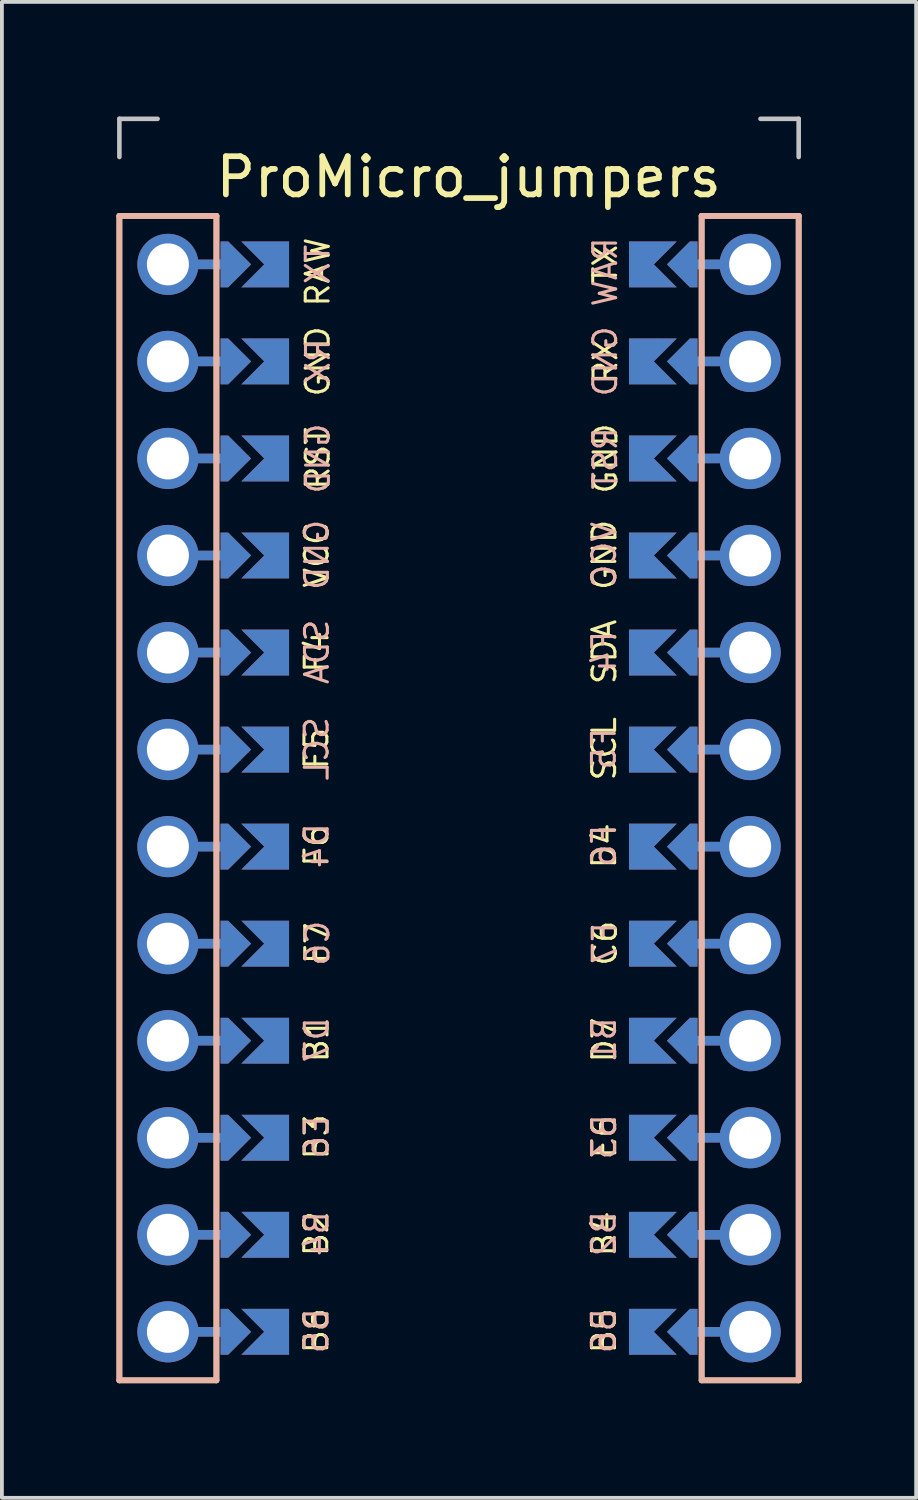
<source format=kicad_pcb>
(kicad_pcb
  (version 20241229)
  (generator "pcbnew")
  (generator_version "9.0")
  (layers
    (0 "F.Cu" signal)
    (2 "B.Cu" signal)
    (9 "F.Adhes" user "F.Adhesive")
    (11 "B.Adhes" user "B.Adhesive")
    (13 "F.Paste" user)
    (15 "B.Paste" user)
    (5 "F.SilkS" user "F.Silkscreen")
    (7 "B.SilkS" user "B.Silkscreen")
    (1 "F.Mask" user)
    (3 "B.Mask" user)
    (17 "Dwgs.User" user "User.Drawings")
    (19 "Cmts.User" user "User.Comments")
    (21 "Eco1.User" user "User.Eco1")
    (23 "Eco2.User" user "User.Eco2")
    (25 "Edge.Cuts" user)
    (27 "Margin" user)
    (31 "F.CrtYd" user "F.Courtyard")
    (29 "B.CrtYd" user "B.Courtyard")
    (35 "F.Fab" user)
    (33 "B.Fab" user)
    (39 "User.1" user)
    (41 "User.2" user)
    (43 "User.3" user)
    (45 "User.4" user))
  (footprint "ProMicro_jumpers"
    (layer "F.Cu")
    (at 8.965 17.84)
    (property "Reference" "ProMicro_jumpers" (at 0.254 -16.256 0) (layer "F.SilkS") (effects (font (size 1 1) (thickness 0.15))))
    (fp_poly (pts (xy -5.08 -14.478) (xy -5.08 -13.462) (xy -6.096 -13.462) (xy -6.096 -14.478)) (stroke (width 0.1) (type solid)) (fill yes) (layer "F.Mask"))
    (fp_poly (pts (xy -5.08 -11.938) (xy -5.08 -10.922) (xy -6.096 -10.922) (xy -6.096 -11.938)) (stroke (width 0.1) (type solid)) (fill yes) (layer "F.Mask"))
    (fp_poly (pts (xy -5.08 -9.398) (xy -5.08 -8.382) (xy -6.096 -8.382) (xy -6.096 -9.398)) (stroke (width 0.1) (type solid)) (fill yes) (layer "F.Mask"))
    (fp_poly (pts (xy -5.08 -6.858) (xy -5.08 -5.842) (xy -6.096 -5.842) (xy -6.096 -6.858)) (stroke (width 0.1) (type solid)) (fill yes) (layer "F.Mask"))
    (fp_poly (pts (xy -5.08 -4.318) (xy -5.08 -3.302) (xy -6.096 -3.302) (xy -6.096 -4.318)) (stroke (width 0.1) (type solid)) (fill yes) (layer "F.Mask"))
    (fp_poly (pts (xy -5.08 -1.778) (xy -5.08 -0.762) (xy -6.096 -0.762) (xy -6.096 -1.778)) (stroke (width 0.1) (type solid)) (fill yes) (layer "F.Mask"))
    (fp_poly (pts (xy -5.08 0.762) (xy -5.08 1.778) (xy -6.096 1.778) (xy -6.096 0.762)) (stroke (width 0.1) (type solid)) (fill yes) (layer "F.Mask"))
    (fp_poly (pts (xy -5.08 3.302) (xy -5.08 4.318) (xy -6.096 4.318) (xy -6.096 3.302)) (stroke (width 0.1) (type solid)) (fill yes) (layer "F.Mask"))
    (fp_poly (pts (xy -5.08 5.842) (xy -5.08 6.858) (xy -6.096 6.858) (xy -6.096 5.842)) (stroke (width 0.1) (type solid)) (fill yes) (layer "F.Mask"))
    (fp_poly (pts (xy -5.08 8.382) (xy -5.08 9.398) (xy -6.096 9.398) (xy -6.096 8.382)) (stroke (width 0.1) (type solid)) (fill yes) (layer "F.Mask"))
    (fp_poly (pts (xy -5.08 10.922) (xy -5.08 11.938) (xy -6.096 11.938) (xy -6.096 10.922)) (stroke (width 0.1) (type solid)) (fill yes) (layer "F.Mask"))
    (fp_poly (pts (xy -5.08 13.462) (xy -5.08 14.478) (xy -6.096 14.478) (xy -6.096 13.462)) (stroke (width 0.1) (type solid)) (fill yes) (layer "F.Mask"))
    (fp_poly (pts (xy 5.08 -13.462) (xy 5.08 -14.478) (xy 6.096 -14.478) (xy 6.096 -13.462)) (stroke (width 0.1) (type solid)) (fill yes) (layer "F.Mask"))
    (fp_poly (pts (xy 5.08 -10.922) (xy 5.08 -11.938) (xy 6.096 -11.938) (xy 6.096 -10.922)) (stroke (width 0.1) (type solid)) (fill yes) (layer "F.Mask"))
    (fp_poly (pts (xy 5.08 -8.382) (xy 5.08 -9.398) (xy 6.096 -9.398) (xy 6.096 -8.382)) (stroke (width 0.1) (type solid)) (fill yes) (layer "F.Mask"))
    (fp_poly (pts (xy 5.08 -5.842) (xy 5.08 -6.858) (xy 6.096 -6.858) (xy 6.096 -5.842)) (stroke (width 0.1) (type solid)) (fill yes) (layer "F.Mask"))
    (fp_poly (pts (xy 5.08 -3.302) (xy 5.08 -4.318) (xy 6.096 -4.318) (xy 6.096 -3.302)) (stroke (width 0.1) (type solid)) (fill yes) (layer "F.Mask"))
    (fp_poly (pts (xy 5.08 -0.762) (xy 5.08 -1.778) (xy 6.096 -1.778) (xy 6.096 -0.762)) (stroke (width 0.1) (type solid)) (fill yes) (layer "F.Mask"))
    (fp_poly (pts (xy 5.08 1.778) (xy 5.08 0.762) (xy 6.096 0.762) (xy 6.096 1.778)) (stroke (width 0.1) (type solid)) (fill yes) (layer "F.Mask"))
    (fp_poly (pts (xy 5.08 4.318) (xy 5.08 3.302) (xy 6.096 3.302) (xy 6.096 4.318)) (stroke (width 0.1) (type solid)) (fill yes) (layer "F.Mask"))
    (fp_poly (pts (xy 5.08 6.858) (xy 5.08 5.842) (xy 6.096 5.842) (xy 6.096 6.858)) (stroke (width 0.1) (type solid)) (fill yes) (layer "F.Mask"))
    (fp_poly (pts (xy 5.08 9.398) (xy 5.08 8.382) (xy 6.096 8.382) (xy 6.096 9.398)) (stroke (width 0.1) (type solid)) (fill yes) (layer "F.Mask"))
    (fp_poly (pts (xy 5.08 11.938) (xy 5.08 10.922) (xy 6.096 10.922) (xy 6.096 11.938)) (stroke (width 0.1) (type solid)) (fill yes) (layer "F.Mask"))
    (fp_poly (pts (xy 5.08 14.478) (xy 5.08 13.462) (xy 6.096 13.462) (xy 6.096 14.478)) (stroke (width 0.1) (type solid)) (fill yes) (layer "F.Mask"))
    (fp_poly (pts (xy -5.08 -14.478) (xy -5.08 -13.462) (xy -6.096 -13.462) (xy -6.096 -14.478)) (stroke (width 0.1) (type solid)) (fill yes) (layer "B.Mask"))
    (fp_poly (pts (xy -5.08 -11.938) (xy -5.08 -10.922) (xy -6.096 -10.922) (xy -6.096 -11.938)) (stroke (width 0.1) (type solid)) (fill yes) (layer "B.Mask"))
    (fp_poly (pts (xy -5.08 -9.398) (xy -5.08 -8.382) (xy -6.096 -8.382) (xy -6.096 -9.398)) (stroke (width 0.1) (type solid)) (fill yes) (layer "B.Mask"))
    (fp_poly (pts (xy -5.08 -6.858) (xy -5.08 -5.842) (xy -6.096 -5.842) (xy -6.096 -6.858)) (stroke (width 0.1) (type solid)) (fill yes) (layer "B.Mask"))
    (fp_poly (pts (xy -5.08 -4.318) (xy -5.08 -3.302) (xy -6.096 -3.302) (xy -6.096 -4.318)) (stroke (width 0.1) (type solid)) (fill yes) (layer "B.Mask"))
    (fp_poly (pts (xy -5.08 -1.778) (xy -5.08 -0.762) (xy -6.096 -0.762) (xy -6.096 -1.778)) (stroke (width 0.1) (type solid)) (fill yes) (layer "B.Mask"))
    (fp_poly (pts (xy -5.08 0.762) (xy -5.08 1.778) (xy -6.096 1.778) (xy -6.096 0.762)) (stroke (width 0.1) (type solid)) (fill yes) (layer "B.Mask"))
    (fp_poly (pts (xy -5.08 3.302) (xy -5.08 4.318) (xy -6.096 4.318) (xy -6.096 3.302)) (stroke (width 0.1) (type solid)) (fill yes) (layer "B.Mask"))
    (fp_poly (pts (xy -5.08 5.842) (xy -5.08 6.858) (xy -6.096 6.858) (xy -6.096 5.842)) (stroke (width 0.1) (type solid)) (fill yes) (layer "B.Mask"))
    (fp_poly (pts (xy -5.08 8.382) (xy -5.08 9.398) (xy -6.096 9.398) (xy -6.096 8.382)) (stroke (width 0.1) (type solid)) (fill yes) (layer "B.Mask"))
    (fp_poly (pts (xy -5.08 10.922) (xy -5.08 11.938) (xy -6.096 11.938) (xy -6.096 10.922)) (stroke (width 0.1) (type solid)) (fill yes) (layer "B.Mask"))
    (fp_poly (pts (xy -5.08 13.462) (xy -5.08 14.478) (xy -6.096 14.478) (xy -6.096 13.462)) (stroke (width 0.1) (type solid)) (fill yes) (layer "B.Mask"))
    (fp_poly (pts (xy 5.08 -13.462) (xy 5.08 -14.478) (xy 6.096 -14.478) (xy 6.096 -13.462)) (stroke (width 0.1) (type solid)) (fill yes) (layer "B.Mask"))
    (fp_poly (pts (xy 5.08 -10.922) (xy 5.08 -11.938) (xy 6.096 -11.938) (xy 6.096 -10.922)) (stroke (width 0.1) (type solid)) (fill yes) (layer "B.Mask"))
    (fp_poly (pts (xy 5.08 -8.382) (xy 5.08 -9.398) (xy 6.096 -9.398) (xy 6.096 -8.382)) (stroke (width 0.1) (type solid)) (fill yes) (layer "B.Mask"))
    (fp_poly (pts (xy 5.08 -5.842) (xy 5.08 -6.858) (xy 6.096 -6.858) (xy 6.096 -5.842)) (stroke (width 0.1) (type solid)) (fill yes) (layer "B.Mask"))
    (fp_poly (pts (xy 5.08 -3.302) (xy 5.08 -4.318) (xy 6.096 -4.318) (xy 6.096 -3.302)) (stroke (width 0.1) (type solid)) (fill yes) (layer "B.Mask"))
    (fp_poly (pts (xy 5.08 -0.762) (xy 5.08 -1.778) (xy 6.096 -1.778) (xy 6.096 -0.762)) (stroke (width 0.1) (type solid)) (fill yes) (layer "B.Mask"))
    (fp_poly (pts (xy 5.08 1.778) (xy 5.08 0.762) (xy 6.096 0.762) (xy 6.096 1.778)) (stroke (width 0.1) (type solid)) (fill yes) (layer "B.Mask"))
    (fp_poly (pts (xy 5.08 4.318) (xy 5.08 3.302) (xy 6.096 3.302) (xy 6.096 4.318)) (stroke (width 0.1) (type solid)) (fill yes) (layer "B.Mask"))
    (fp_poly (pts (xy 5.08 6.858) (xy 5.08 5.842) (xy 6.096 5.842) (xy 6.096 6.858)) (stroke (width 0.1) (type solid)) (fill yes) (layer "B.Mask"))
    (fp_poly (pts (xy 5.08 9.398) (xy 5.08 8.382) (xy 6.096 8.382) (xy 6.096 9.398)) (stroke (width 0.1) (type solid)) (fill yes) (layer "B.Mask"))
    (fp_poly (pts (xy 5.08 11.938) (xy 5.08 10.922) (xy 6.096 10.922) (xy 6.096 11.938)) (stroke (width 0.1) (type solid)) (fill yes) (layer "B.Mask"))
    (fp_poly (pts (xy 5.08 14.478) (xy 5.08 13.462) (xy 6.096 13.462) (xy 6.096 14.478)) (stroke (width 0.1) (type solid)) (fill yes) (layer "B.Mask"))
    (fp_line (start -8.89 -15.24) (end -8.89 15.24) (stroke (width 0.15) (type solid)) (layer "F.SilkS"))
    (fp_line (start -8.89 -15.24) (end -6.35 -15.24) (stroke (width 0.15) (type solid)) (layer "F.SilkS"))
    (fp_line (start -6.35 -15.24) (end -6.35 15.24) (stroke (width 0.15) (type solid)) (layer "F.SilkS"))
    (fp_line (start -6.35 15.24) (end -8.89 15.24) (stroke (width 0.15) (type solid)) (layer "F.SilkS"))
    (fp_line (start 6.35 -15.24) (end 6.35 15.24) (stroke (width 0.15) (type solid)) (layer "F.SilkS"))
    (fp_line (start 6.35 -15.24) (end 8.89 -15.24) (stroke (width 0.15) (type solid)) (layer "F.SilkS"))
    (fp_line (start 6.35 15.24) (end 8.89 15.24) (stroke (width 0.15) (type solid)) (layer "F.SilkS"))
    (fp_line (start 8.89 -15.24) (end 8.89 15.24) (stroke (width 0.15) (type solid)) (layer "F.SilkS"))
    (fp_line (start -8.89 -15.24) (end -8.89 15.24) (stroke (width 0.15) (type solid)) (layer "B.SilkS"))
    (fp_line (start -8.89 -15.24) (end -6.35 -15.24) (stroke (width 0.15) (type solid)) (layer "B.SilkS"))
    (fp_line (start -6.35 -15.24) (end -6.35 15.24) (stroke (width 0.15) (type solid)) (layer "B.SilkS"))
    (fp_line (start -6.35 15.24) (end -8.89 15.24) (stroke (width 0.15) (type solid)) (layer "B.SilkS"))
    (fp_line (start 6.35 -15.24) (end 6.35 15.24) (stroke (width 0.15) (type solid)) (layer "B.SilkS"))
    (fp_line (start 6.35 -15.24) (end 8.89 -15.24) (stroke (width 0.15) (type solid)) (layer "B.SilkS"))
    (fp_line (start 6.35 15.24) (end 8.89 15.24) (stroke (width 0.15) (type solid)) (layer "B.SilkS"))
    (fp_line (start 8.89 -15.24) (end 8.89 15.24) (stroke (width 0.15) (type solid)) (layer "B.SilkS"))
    (fp_line (start -8.89 -17.78) (end -8.89 -16.78) (stroke (width 0.12) (type solid)) (layer "Dwgs.User"))
    (fp_line (start -8.89 -17.78) (end -7.89 -17.78) (stroke (width 0.12) (type solid)) (layer "Dwgs.User"))
    (fp_line (start 8.89 -17.78) (end 7.89 -17.78) (stroke (width 0.12) (type solid)) (layer "Dwgs.User"))
    (fp_line (start 8.89 -17.78) (end 8.89 -16.78) (stroke (width 0.12) (type solid)) (layer "Dwgs.User"))
    (fp_text user "GND" (at -3.699 -11.43 90) (layer "F.SilkS") (effects (font (size 0.6 0.6) (thickness 0.08))))
    (fp_text user "E6" (at 3.802 8.869 90) (layer "F.SilkS") (effects (font (size 0.6 0.6) (thickness 0.08))))
    (fp_text user "GND" (at 3.833 -8.888 90) (layer "F.SilkS") (effects (font (size 0.6 0.6) (thickness 0.08))))
    (fp_text user "B1" (at -3.73 6.327 90) (layer "F.SilkS") (effects (font (size 0.6 0.6) (thickness 0.08))))
    (fp_text user "F6" (at -3.733 1.246 90) (layer "F.SilkS") (effects (font (size 0.6 0.6) (thickness 0.08))))
    (fp_text user "RAW" (at -3.699 -13.77 90) (layer "F.SilkS") (effects (font (size 0.6 0.6) (thickness 0.08))))
    (fp_text user "F5" (at -3.733 -1.294 90) (layer "F.SilkS") (effects (font (size 0.6 0.6) (thickness 0.08))))
    (fp_text user "F4" (at -3.726 -3.829 90) (layer "F.SilkS") (effects (font (size 0.6 0.6) (thickness 0.08))))
    (fp_text user "RST" (at -3.699 -8.89 90) (layer "F.SilkS") (effects (font (size 0.6 0.6) (thickness 0.08))))
    (fp_text user "B3" (at -3.73 8.867 90) (layer "F.SilkS") (effects (font (size 0.6 0.6) (thickness 0.08))))
    (fp_text user "RX" (at 3.833 -11.428 90) (layer "F.SilkS") (effects (font (size 0.6 0.6) (thickness 0.08))))
    (fp_text user "D7" (at 3.802 6.329 90) (layer "F.SilkS") (effects (font (size 0.6 0.6) (thickness 0.08))))
    (fp_text user "SCL" (at 3.799 -1.292 90) (layer "F.SilkS") (effects (font (size 0.6 0.6) (thickness 0.08))))
    (fp_text user "TX" (at 3.826 -13.97 90) (layer "F.SilkS") (effects (font (size 0.6 0.6) (thickness 0.08))))
    (fp_text user "GND" (at 3.806 -6.367 90) (layer "F.SilkS") (effects (font (size 0.6 0.6) (thickness 0.08))))
    (fp_text user "B4" (at 3.795 11.404 90) (layer "F.SilkS") (effects (font (size 0.6 0.6) (thickness 0.08))))
    (fp_text user "C6" (at 3.82 3.798 90) (layer "F.SilkS") (effects (font (size 0.6 0.6) (thickness 0.08))))
    (fp_text user "B2" (at -3.737 11.402 90) (layer "F.SilkS") (effects (font (size 0.6 0.6) (thickness 0.08))))
    (fp_text user "SDA" (at 3.806 -3.827 90) (layer "F.SilkS") (effects (font (size 0.6 0.6) (thickness 0.08))))
    (fp_text user "B6" (at -3.737 13.942 90) (layer "F.SilkS") (effects (font (size 0.6 0.6) (thickness 0.08))))
    (fp_text user "VCC" (at -3.726 -6.369 90) (layer "F.SilkS") (effects (font (size 0.6 0.6) (thickness 0.08))))
    (fp_text user "F7" (at -3.712 3.797 90) (layer "F.SilkS") (effects (font (size 0.6 0.6) (thickness 0.08))))
    (fp_text user "B5" (at 3.795 13.944 90) (layer "F.SilkS") (effects (font (size 0.6 0.6) (thickness 0.08))))
    (fp_text user "D4" (at 3.799 1.248 90) (layer "F.SilkS") (effects (font (size 0.6 0.6) (thickness 0.08))))
    (fp_text user "C6" (at -3.705 3.798 90) (layer "B.SilkS") (effects (font (size 0.6 0.6) (thickness 0.08)) (justify mirror)))
    (fp_text user "GND" (at -3.719 -6.367 90) (layer "B.SilkS") (effects (font (size 0.6 0.6) (thickness 0.08)) (justify mirror)))
    (fp_text user "RX" (at -3.692 -11.428 90) (layer "B.SilkS") (effects (font (size 0.6 0.6) (thickness 0.08)) (justify mirror)))
    (fp_text user "B3" (at 3.795 8.867 90) (layer "B.SilkS") (effects (font (size 0.6 0.6) (thickness 0.08)) (justify mirror)))
    (fp_text user "RAW" (at 3.826 -13.77 90) (layer "B.SilkS") (effects (font (size 0.6 0.6) (thickness 0.08)) (justify mirror)))
    (fp_text user "SDA" (at -3.719 -3.827 90) (layer "B.SilkS") (effects (font (size 0.6 0.6) (thickness 0.08)) (justify mirror)))
    (fp_text user "B1" (at 3.795 6.327 90) (layer "B.SilkS") (effects (font (size 0.6 0.6) (thickness 0.08)) (justify mirror)))
    (fp_text user "F7" (at 3.813 3.797 90) (layer "B.SilkS") (effects (font (size 0.6 0.6) (thickness 0.08)) (justify mirror)))
    (fp_text user "B4" (at -3.73 11.404 90) (layer "B.SilkS") (effects (font (size 0.6 0.6) (thickness 0.08)) (justify mirror)))
    (fp_text user "F4" (at 3.799 -3.829 90) (layer "B.SilkS") (effects (font (size 0.6 0.6) (thickness 0.08)) (justify mirror)))
    (fp_text user "VCC" (at 3.799 -6.369 90) (layer "B.SilkS") (effects (font (size 0.6 0.6) (thickness 0.08)) (justify mirror)))
    (fp_text user "D4" (at -3.726 1.248 90) (layer "B.SilkS") (effects (font (size 0.6 0.6) (thickness 0.08)) (justify mirror)))
    (fp_text user "E6" (at -3.723 8.869 90) (layer "B.SilkS") (effects (font (size 0.6 0.6) (thickness 0.08)) (justify mirror)))
    (fp_text user "B2" (at 3.788 11.402 90) (layer "B.SilkS") (effects (font (size 0.6 0.6) (thickness 0.08)) (justify mirror)))
    (fp_text user "B5" (at -3.73 13.944 90) (layer "B.SilkS") (effects (font (size 0.6 0.6) (thickness 0.08)) (justify mirror)))
    (fp_text user "GND" (at -3.692 -8.888 90) (layer "B.SilkS") (effects (font (size 0.6 0.6) (thickness 0.08)) (justify mirror)))
    (fp_text user "GND" (at 3.826 -11.43 90) (layer "B.SilkS") (effects (font (size 0.6 0.6) (thickness 0.08)) (justify mirror)))
    (fp_text user "TX" (at -3.699 -13.97 90) (layer "B.SilkS") (effects (font (size 0.6 0.6) (thickness 0.08)) (justify mirror)))
    (fp_text user "RST" (at 3.826 -8.89 90) (layer "B.SilkS") (effects (font (size 0.6 0.6) (thickness 0.08)) (justify mirror)))
    (fp_text user "B6" (at 3.788 13.942 90) (layer "B.SilkS") (effects (font (size 0.6 0.6) (thickness 0.08)) (justify mirror)))
    (fp_text user "D7" (at -3.723 6.329 90) (layer "B.SilkS") (effects (font (size 0.6 0.6) (thickness 0.08)) (justify mirror)))
    (fp_text user "F5" (at 3.792 -1.294 90) (layer "B.SilkS") (effects (font (size 0.6 0.6) (thickness 0.08)) (justify mirror)))
    (fp_text user "F6" (at 3.792 1.246 90) (layer "B.SilkS") (effects (font (size 0.6 0.6) (thickness 0.08)) (justify mirror)))
    (fp_text user "SCL" (at -3.726 -1.292 90) (layer "B.SilkS") (effects (font (size 0.6 0.6) (thickness 0.08)) (justify mirror)))
    (pad "" thru_hole circle (at -7.62 -13.97 270) (size 1.6 1.6) (drill 1.1) (layers "*.Cu" "*.Mask"))
    (pad "" thru_hole circle (at -7.62 -11.43 270) (size 1.6 1.6) (drill 1.1) (layers "*.Cu" "*.Mask"))
    (pad "" thru_hole circle (at -7.62 -8.89 270) (size 1.6 1.6) (drill 1.1) (layers "*.Cu" "*.Mask"))
    (pad "" thru_hole circle (at -7.62 -6.35 270) (size 1.6 1.6) (drill 1.1) (layers "*.Cu" "*.Mask"))
    (pad "" thru_hole circle (at -7.62 -3.81 270) (size 1.6 1.6) (drill 1.1) (layers "*.Cu" "*.Mask"))
    (pad "" thru_hole circle (at -7.62 -1.27 270) (size 1.6 1.6) (drill 1.1) (layers "*.Cu" "*.Mask"))
    (pad "" thru_hole circle (at -7.62 1.27 270) (size 1.6 1.6) (drill 1.1) (layers "*.Cu" "*.Mask"))
    (pad "" thru_hole circle (at -7.62 3.81 270) (size 1.6 1.6) (drill 1.1) (layers "*.Cu" "*.Mask"))
    (pad "" thru_hole circle (at -7.62 6.35 270) (size 1.6 1.6) (drill 1.1) (layers "*.Cu" "*.Mask"))
    (pad "" thru_hole circle (at -7.62 8.89 270) (size 1.6 1.6) (drill 1.1) (layers "*.Cu" "*.Mask"))
    (pad "" thru_hole circle (at -7.62 11.43 270) (size 1.6 1.6) (drill 1.1) (layers "*.Cu" "*.Mask"))
    (pad "" thru_hole circle (at -7.62 13.97 270) (size 1.6 1.6) (drill 1.1) (layers "*.Cu" "*.Mask"))
    (pad "" smd custom (at -6.35 -13.97 90) (size 0.25 1) (layers "F.Cu") (options (anchor rect)) (primitives))
    (pad "" smd custom (at -6.35 -13.97 90) (size 0.25 1) (layers "B.Cu") (options (anchor rect)) (primitives))
    (pad "" smd custom (at -6.35 -11.43 90) (size 0.25 1) (layers "F.Cu") (options (anchor rect)) (primitives))
    (pad "" smd custom (at -6.35 -11.43 90) (size 0.25 1) (layers "B.Cu") (options (anchor rect)) (primitives))
    (pad "" smd custom (at -6.35 -8.89 90) (size 0.25 1) (layers "F.Cu") (options (anchor rect)) (primitives))
    (pad "" smd custom (at -6.35 -8.89 90) (size 0.25 1) (layers "B.Cu") (options (anchor rect)) (primitives))
    (pad "" smd custom (at -6.35 -6.35 90) (size 0.25 1) (layers "F.Cu") (options (anchor rect)) (primitives))
    (pad "" smd custom (at -6.35 -6.35 90) (size 0.25 1) (layers "B.Cu") (options (anchor rect)) (primitives))
    (pad "" smd custom (at -6.35 -3.81 90) (size 0.25 1) (layers "F.Cu") (options (anchor rect)) (primitives))
    (pad "" smd custom (at -6.35 -3.81 90) (size 0.25 1) (layers "B.Cu") (options (anchor rect)) (primitives))
    (pad "" smd custom (at -6.35 -1.27 90) (size 0.25 1) (layers "F.Cu") (options (anchor rect)) (primitives))
    (pad "" smd custom (at -6.35 -1.27 90) (size 0.25 1) (layers "B.Cu") (options (anchor rect)) (primitives))
    (pad "" smd custom (at -6.35 1.27 90) (size 0.25 1) (layers "F.Cu") (options (anchor rect)) (primitives))
    (pad "" smd custom (at -6.35 1.27 90) (size 0.25 1) (layers "B.Cu") (options (anchor rect)) (primitives))
    (pad "" smd custom (at -6.35 3.81 90) (size 0.25 1) (layers "F.Cu") (options (anchor rect)) (primitives))
    (pad "" smd custom (at -6.35 3.81 90) (size 0.25 1) (layers "B.Cu") (options (anchor rect)) (primitives))
    (pad "" smd custom (at -6.35 6.35 90) (size 0.25 1) (layers "F.Cu") (options (anchor rect)) (primitives))
    (pad "" smd custom (at -6.35 6.35 90) (size 0.25 1) (layers "B.Cu") (options (anchor rect)) (primitives))
    (pad "" smd custom (at -6.35 8.89 90) (size 0.25 1) (layers "F.Cu") (options (anchor rect)) (primitives))
    (pad "" smd custom (at -6.35 8.89 90) (size 0.25 1) (layers "B.Cu") (options (anchor rect)) (primitives))
    (pad "" smd custom (at -6.35 11.43 90) (size 0.25 1) (layers "F.Cu") (options (anchor rect)) (primitives))
    (pad "" smd custom (at -6.35 11.43 90) (size 0.25 1) (layers "B.Cu") (options (anchor rect)) (primitives))
    (pad "" smd custom (at -6.35 13.97 90) (size 0.25 1) (layers "F.Cu") (options (anchor rect)) (primitives))
    (pad "" smd custom (at -6.35 13.97 90) (size 0.25 1) (layers "B.Cu") (options (anchor rect)) (primitives))
    (pad "" smd custom (at -5.842 -13.97 90) (size 0.1 0.1) (layers "F.Cu" "F.Mask") (options (anchor rect)) (primitives (gr_poly (pts (xy 0.6 -0.2) (xy 0 0.4) (xy -0.6 -0.2) (xy -0.6 -0.4) (xy 0.6 -0.4)) (width 0) (fill yes))))
    (pad "" smd custom (at -5.842 -13.97 90) (size 0.1 0.1) (layers "B.Cu" "B.Mask") (options (anchor rect)) (primitives (gr_poly (pts (xy 0.6 -0.2) (xy 0 0.4) (xy -0.6 -0.2) (xy -0.6 -0.4) (xy 0.6 -0.4)) (width 0) (fill yes))))
    (pad "" smd custom (at -5.842 -11.43 90) (size 0.1 0.1) (layers "F.Cu" "F.Mask") (options (anchor rect)) (primitives (gr_poly (pts (xy 0.6 -0.2) (xy 0 0.4) (xy -0.6 -0.2) (xy -0.6 -0.4) (xy 0.6 -0.4)) (width 0) (fill yes))))
    (pad "" smd custom (at -5.842 -11.43 90) (size 0.1 0.1) (layers "B.Cu" "B.Mask") (options (anchor rect)) (primitives (gr_poly (pts (xy 0.6 -0.2) (xy 0 0.4) (xy -0.6 -0.2) (xy -0.6 -0.4) (xy 0.6 -0.4)) (width 0) (fill yes))))
    (pad "" smd custom (at -5.842 -8.89 90) (size 0.1 0.1) (layers "F.Cu" "F.Mask") (options (anchor rect)) (primitives (gr_poly (pts (xy 0.6 -0.2) (xy 0 0.4) (xy -0.6 -0.2) (xy -0.6 -0.4) (xy 0.6 -0.4)) (width 0) (fill yes))))
    (pad "" smd custom (at -5.842 -8.89 90) (size 0.1 0.1) (layers "B.Cu" "B.Mask") (options (anchor rect)) (primitives (gr_poly (pts (xy 0.6 -0.2) (xy 0 0.4) (xy -0.6 -0.2) (xy -0.6 -0.4) (xy 0.6 -0.4)) (width 0) (fill yes))))
    (pad "" smd custom (at -5.842 -6.35 90) (size 0.1 0.1) (layers "F.Cu" "F.Mask") (options (anchor rect)) (primitives (gr_poly (pts (xy 0.6 -0.2) (xy 0 0.4) (xy -0.6 -0.2) (xy -0.6 -0.4) (xy 0.6 -0.4)) (width 0) (fill yes))))
    (pad "" smd custom (at -5.842 -6.35 90) (size 0.1 0.1) (layers "B.Cu" "B.Mask") (options (anchor rect)) (primitives (gr_poly (pts (xy 0.6 -0.2) (xy 0 0.4) (xy -0.6 -0.2) (xy -0.6 -0.4) (xy 0.6 -0.4)) (width 0) (fill yes))))
    (pad "" smd custom (at -5.842 -3.81 90) (size 0.1 0.1) (layers "F.Cu" "F.Mask") (options (anchor rect)) (primitives (gr_poly (pts (xy 0.6 -0.2) (xy 0 0.4) (xy -0.6 -0.2) (xy -0.6 -0.4) (xy 0.6 -0.4)) (width 0) (fill yes))))
    (pad "" smd custom (at -5.842 -3.81 90) (size 0.1 0.1) (layers "B.Cu" "B.Mask") (options (anchor rect)) (primitives (gr_poly (pts (xy 0.6 -0.2) (xy 0 0.4) (xy -0.6 -0.2) (xy -0.6 -0.4) (xy 0.6 -0.4)) (width 0) (fill yes))))
    (pad "" smd custom (at -5.842 -1.27 90) (size 0.1 0.1) (layers "F.Cu" "F.Mask") (options (anchor rect)) (primitives (gr_poly (pts (xy 0.6 -0.2) (xy 0 0.4) (xy -0.6 -0.2) (xy -0.6 -0.4) (xy 0.6 -0.4)) (width 0) (fill yes))))
    (pad "" smd custom (at -5.842 -1.27 90) (size 0.1 0.1) (layers "B.Cu" "B.Mask") (options (anchor rect)) (primitives (gr_poly (pts (xy 0.6 -0.2) (xy 0 0.4) (xy -0.6 -0.2) (xy -0.6 -0.4) (xy 0.6 -0.4)) (width 0) (fill yes))))
    (pad "" smd custom (at -5.842 1.27 90) (size 0.1 0.1) (layers "F.Cu" "F.Mask") (options (anchor rect)) (primitives (gr_poly (pts (xy 0.6 -0.2) (xy 0 0.4) (xy -0.6 -0.2) (xy -0.6 -0.4) (xy 0.6 -0.4)) (width 0) (fill yes))))
    (pad "" smd custom (at -5.842 1.27 90) (size 0.1 0.1) (layers "B.Cu" "B.Mask") (options (anchor rect)) (primitives (gr_poly (pts (xy 0.6 -0.2) (xy 0 0.4) (xy -0.6 -0.2) (xy -0.6 -0.4) (xy 0.6 -0.4)) (width 0) (fill yes))))
    (pad "" smd custom (at -5.842 3.81 90) (size 0.1 0.1) (layers "F.Cu" "F.Mask") (options (anchor rect)) (primitives (gr_poly (pts (xy 0.6 -0.2) (xy 0 0.4) (xy -0.6 -0.2) (xy -0.6 -0.4) (xy 0.6 -0.4)) (width 0) (fill yes))))
    (pad "" smd custom (at -5.842 3.81 90) (size 0.1 0.1) (layers "B.Cu" "B.Mask") (options (anchor rect)) (primitives (gr_poly (pts (xy 0.6 -0.2) (xy 0 0.4) (xy -0.6 -0.2) (xy -0.6 -0.4) (xy 0.6 -0.4)) (width 0) (fill yes))))
    (pad "" smd custom (at -5.842 6.35 90) (size 0.1 0.1) (layers "F.Cu" "F.Mask") (options (anchor rect)) (primitives (gr_poly (pts (xy 0.6 -0.2) (xy 0 0.4) (xy -0.6 -0.2) (xy -0.6 -0.4) (xy 0.6 -0.4)) (width 0) (fill yes))))
    (pad "" smd custom (at -5.842 6.35 90) (size 0.1 0.1) (layers "B.Cu" "B.Mask") (options (anchor rect)) (primitives (gr_poly (pts (xy 0.6 -0.2) (xy 0 0.4) (xy -0.6 -0.2) (xy -0.6 -0.4) (xy 0.6 -0.4)) (width 0) (fill yes))))
    (pad "" smd custom (at -5.842 8.89 90) (size 0.1 0.1) (layers "F.Cu" "F.Mask") (options (anchor rect)) (primitives (gr_poly (pts (xy 0.6 -0.2) (xy 0 0.4) (xy -0.6 -0.2) (xy -0.6 -0.4) (xy 0.6 -0.4)) (width 0) (fill yes))))
    (pad "" smd custom (at -5.842 8.89 90) (size 0.1 0.1) (layers "B.Cu" "B.Mask") (options (anchor rect)) (primitives (gr_poly (pts (xy 0.6 -0.2) (xy 0 0.4) (xy -0.6 -0.2) (xy -0.6 -0.4) (xy 0.6 -0.4)) (width 0) (fill yes))))
    (pad "" smd custom (at -5.842 11.43 90) (size 0.1 0.1) (layers "F.Cu" "F.Mask") (options (anchor rect)) (primitives (gr_poly (pts (xy 0.6 -0.2) (xy 0 0.4) (xy -0.6 -0.2) (xy -0.6 -0.4) (xy 0.6 -0.4)) (width 0) (fill yes))))
    (pad "" smd custom (at -5.842 11.43 90) (size 0.1 0.1) (layers "B.Cu" "B.Mask") (options (anchor rect)) (primitives (gr_poly (pts (xy 0.6 -0.2) (xy 0 0.4) (xy -0.6 -0.2) (xy -0.6 -0.4) (xy 0.6 -0.4)) (width 0) (fill yes))))
    (pad "" smd custom (at -5.842 13.97 90) (size 0.1 0.1) (layers "F.Cu" "F.Mask") (options (anchor rect)) (primitives (gr_poly (pts (xy 0.6 -0.2) (xy 0 0.4) (xy -0.6 -0.2) (xy -0.6 -0.4) (xy 0.6 -0.4)) (width 0) (fill yes))))
    (pad "" smd custom (at -5.842 13.97 90) (size 0.1 0.1) (layers "B.Cu" "B.Mask") (options (anchor rect)) (primitives (gr_poly (pts (xy 0.6 -0.2) (xy 0 0.4) (xy -0.6 -0.2) (xy -0.6 -0.4) (xy 0.6 -0.4)) (width 0) (fill yes))))
    (pad "" smd custom (at 5.842 -13.97 270) (size 0.1 0.1) (layers "F.Cu" "F.Mask") (options (anchor rect)) (primitives (gr_poly (pts (xy 0.6 -0.2) (xy 0 0.4) (xy -0.6 -0.2) (xy -0.6 -0.4) (xy 0.6 -0.4)) (width 0) (fill yes))))
    (pad "" smd custom (at 5.842 -13.97 270) (size 0.1 0.1) (layers "B.Cu" "B.Mask") (options (anchor rect)) (primitives (gr_poly (pts (xy 0.6 -0.2) (xy 0 0.4) (xy -0.6 -0.2) (xy -0.6 -0.4) (xy 0.6 -0.4)) (width 0) (fill yes))))
    (pad "" smd custom (at 5.842 -11.43 270) (size 0.1 0.1) (layers "F.Cu" "F.Mask") (options (anchor rect)) (primitives (gr_poly (pts (xy 0.6 -0.2) (xy 0 0.4) (xy -0.6 -0.2) (xy -0.6 -0.4) (xy 0.6 -0.4)) (width 0) (fill yes))))
    (pad "" smd custom (at 5.842 -11.43 270) (size 0.1 0.1) (layers "B.Cu" "B.Mask") (options (anchor rect)) (primitives (gr_poly (pts (xy 0.6 -0.2) (xy 0 0.4) (xy -0.6 -0.2) (xy -0.6 -0.4) (xy 0.6 -0.4)) (width 0) (fill yes))))
    (pad "" smd custom (at 5.842 -8.89 270) (size 0.1 0.1) (layers "F.Cu" "F.Mask") (options (anchor rect)) (primitives (gr_poly (pts (xy 0.6 -0.2) (xy 0 0.4) (xy -0.6 -0.2) (xy -0.6 -0.4) (xy 0.6 -0.4)) (width 0) (fill yes))))
    (pad "" smd custom (at 5.842 -8.89 270) (size 0.1 0.1) (layers "B.Cu" "B.Mask") (options (anchor rect)) (primitives (gr_poly (pts (xy 0.6 -0.2) (xy 0 0.4) (xy -0.6 -0.2) (xy -0.6 -0.4) (xy 0.6 -0.4)) (width 0) (fill yes))))
    (pad "" smd custom (at 5.842 -6.35 270) (size 0.1 0.1) (layers "F.Cu" "F.Mask") (options (anchor rect)) (primitives (gr_poly (pts (xy 0.6 -0.2) (xy 0 0.4) (xy -0.6 -0.2) (xy -0.6 -0.4) (xy 0.6 -0.4)) (width 0) (fill yes))))
    (pad "" smd custom (at 5.842 -6.35 270) (size 0.1 0.1) (layers "B.Cu" "B.Mask") (options (anchor rect)) (primitives (gr_poly (pts (xy 0.6 -0.2) (xy 0 0.4) (xy -0.6 -0.2) (xy -0.6 -0.4) (xy 0.6 -0.4)) (width 0) (fill yes))))
    (pad "" smd custom (at 5.842 -3.81 270) (size 0.1 0.1) (layers "F.Cu" "F.Mask") (options (anchor rect)) (primitives (gr_poly (pts (xy 0.6 -0.2) (xy 0 0.4) (xy -0.6 -0.2) (xy -0.6 -0.4) (xy 0.6 -0.4)) (width 0) (fill yes))))
    (pad "" smd custom (at 5.842 -3.81 270) (size 0.1 0.1) (layers "B.Cu" "B.Mask") (options (anchor rect)) (primitives (gr_poly (pts (xy 0.6 -0.2) (xy 0 0.4) (xy -0.6 -0.2) (xy -0.6 -0.4) (xy 0.6 -0.4)) (width 0) (fill yes))))
    (pad "" smd custom (at 5.842 -1.27 270) (size 0.1 0.1) (layers "F.Cu" "F.Mask") (options (anchor rect)) (primitives (gr_poly (pts (xy 0.6 -0.2) (xy 0 0.4) (xy -0.6 -0.2) (xy -0.6 -0.4) (xy 0.6 -0.4)) (width 0) (fill yes))))
    (pad "" smd custom (at 5.842 -1.27 270) (size 0.1 0.1) (layers "B.Cu" "B.Mask") (options (anchor rect)) (primitives (gr_poly (pts (xy 0.6 -0.2) (xy 0 0.4) (xy -0.6 -0.2) (xy -0.6 -0.4) (xy 0.6 -0.4)) (width 0) (fill yes))))
    (pad "" smd custom (at 5.842 1.27 270) (size 0.1 0.1) (layers "F.Cu" "F.Mask") (options (anchor rect)) (primitives (gr_poly (pts (xy 0.6 -0.2) (xy 0 0.4) (xy -0.6 -0.2) (xy -0.6 -0.4) (xy 0.6 -0.4)) (width 0) (fill yes))))
    (pad "" smd custom (at 5.842 1.27 270) (size 0.1 0.1) (layers "B.Cu" "B.Mask") (options (anchor rect)) (primitives (gr_poly (pts (xy 0.6 -0.2) (xy 0 0.4) (xy -0.6 -0.2) (xy -0.6 -0.4) (xy 0.6 -0.4)) (width 0) (fill yes))))
    (pad "" smd custom (at 5.842 3.81 270) (size 0.1 0.1) (layers "F.Cu" "F.Mask") (options (anchor rect)) (primitives (gr_poly (pts (xy 0.6 -0.2) (xy 0 0.4) (xy -0.6 -0.2) (xy -0.6 -0.4) (xy 0.6 -0.4)) (width 0) (fill yes))))
    (pad "" smd custom (at 5.842 3.81 270) (size 0.1 0.1) (layers "B.Cu" "B.Mask") (options (anchor rect)) (primitives (gr_poly (pts (xy 0.6 -0.2) (xy 0 0.4) (xy -0.6 -0.2) (xy -0.6 -0.4) (xy 0.6 -0.4)) (width 0) (fill yes))))
    (pad "" smd custom (at 5.842 6.35 270) (size 0.1 0.1) (layers "F.Cu" "F.Mask") (options (anchor rect)) (primitives (gr_poly (pts (xy 0.6 -0.2) (xy 0 0.4) (xy -0.6 -0.2) (xy -0.6 -0.4) (xy 0.6 -0.4)) (width 0) (fill yes))))
    (pad "" smd custom (at 5.842 6.35 270) (size 0.1 0.1) (layers "B.Cu" "B.Mask") (options (anchor rect)) (primitives (gr_poly (pts (xy 0.6 -0.2) (xy 0 0.4) (xy -0.6 -0.2) (xy -0.6 -0.4) (xy 0.6 -0.4)) (width 0) (fill yes))))
    (pad "" smd custom (at 5.842 8.89 270) (size 0.1 0.1) (layers "F.Cu" "F.Mask") (options (anchor rect)) (primitives (gr_poly (pts (xy 0.6 -0.2) (xy 0 0.4) (xy -0.6 -0.2) (xy -0.6 -0.4) (xy 0.6 -0.4)) (width 0) (fill yes))))
    (pad "" smd custom (at 5.842 8.89 270) (size 0.1 0.1) (layers "B.Cu" "B.Mask") (options (anchor rect)) (primitives (gr_poly (pts (xy 0.6 -0.2) (xy 0 0.4) (xy -0.6 -0.2) (xy -0.6 -0.4) (xy 0.6 -0.4)) (width 0) (fill yes))))
    (pad "" smd custom (at 5.842 11.43 270) (size 0.1 0.1) (layers "F.Cu" "F.Mask") (options (anchor rect)) (primitives (gr_poly (pts (xy 0.6 -0.2) (xy 0 0.4) (xy -0.6 -0.2) (xy -0.6 -0.4) (xy 0.6 -0.4)) (width 0) (fill yes))))
    (pad "" smd custom (at 5.842 11.43 270) (size 0.1 0.1) (layers "B.Cu" "B.Mask") (options (anchor rect)) (primitives (gr_poly (pts (xy 0.6 -0.2) (xy 0 0.4) (xy -0.6 -0.2) (xy -0.6 -0.4) (xy 0.6 -0.4)) (width 0) (fill yes))))
    (pad "" smd custom (at 5.842 13.97 270) (size 0.1 0.1) (layers "F.Cu" "F.Mask") (options (anchor rect)) (primitives (gr_poly (pts (xy 0.6 -0.2) (xy 0 0.4) (xy -0.6 -0.2) (xy -0.6 -0.4) (xy 0.6 -0.4)) (width 0) (fill yes))))
    (pad "" smd custom (at 5.842 13.97 270) (size 0.1 0.1) (layers "B.Cu" "B.Mask") (options (anchor rect)) (primitives (gr_poly (pts (xy 0.6 -0.2) (xy 0 0.4) (xy -0.6 -0.2) (xy -0.6 -0.4) (xy 0.6 -0.4)) (width 0) (fill yes))))
    (pad "" smd custom (at 6.35 -13.97 270) (size 0.25 1) (layers "F.Cu") (options (anchor rect)) (primitives))
    (pad "" smd custom (at 6.35 -13.97 270) (size 0.25 1) (layers "B.Cu") (options (anchor rect)) (primitives))
    (pad "" smd custom (at 6.35 -11.43 270) (size 0.25 1) (layers "F.Cu") (options (anchor rect)) (primitives))
    (pad "" smd custom (at 6.35 -11.43 270) (size 0.25 1) (layers "B.Cu") (options (anchor rect)) (primitives))
    (pad "" smd custom (at 6.35 -8.89 270) (size 0.25 1) (layers "F.Cu") (options (anchor rect)) (primitives))
    (pad "" smd custom (at 6.35 -8.89 270) (size 0.25 1) (layers "B.Cu") (options (anchor rect)) (primitives))
    (pad "" smd custom (at 6.35 -6.35 270) (size 0.25 1) (layers "F.Cu") (options (anchor rect)) (primitives))
    (pad "" smd custom (at 6.35 -6.35 270) (size 0.25 1) (layers "B.Cu") (options (anchor rect)) (primitives))
    (pad "" smd custom (at 6.35 -3.81 270) (size 0.25 1) (layers "F.Cu") (options (anchor rect)) (primitives))
    (pad "" smd custom (at 6.35 -3.81 270) (size 0.25 1) (layers "B.Cu") (options (anchor rect)) (primitives))
    (pad "" smd custom (at 6.35 -1.27 270) (size 0.25 1) (layers "F.Cu") (options (anchor rect)) (primitives))
    (pad "" smd custom (at 6.35 -1.27 270) (size 0.25 1) (layers "B.Cu") (options (anchor rect)) (primitives))
    (pad "" smd custom (at 6.35 1.27 270) (size 0.25 1) (layers "F.Cu") (options (anchor rect)) (primitives))
    (pad "" smd custom (at 6.35 1.27 270) (size 0.25 1) (layers "B.Cu") (options (anchor rect)) (primitives))
    (pad "" smd custom (at 6.35 3.81 270) (size 0.25 1) (layers "F.Cu") (options (anchor rect)) (primitives))
    (pad "" smd custom (at 6.35 3.81 270) (size 0.25 1) (layers "B.Cu") (options (anchor rect)) (primitives))
    (pad "" smd custom (at 6.35 6.35 270) (size 0.25 1) (layers "F.Cu") (options (anchor rect)) (primitives))
    (pad "" smd custom (at 6.35 6.35 270) (size 0.25 1) (layers "B.Cu") (options (anchor rect)) (primitives))
    (pad "" smd custom (at 6.35 8.89 270) (size 0.25 1) (layers "F.Cu") (options (anchor rect)) (primitives))
    (pad "" smd custom (at 6.35 8.89 270) (size 0.25 1) (layers "B.Cu") (options (anchor rect)) (primitives))
    (pad "" smd custom (at 6.35 11.43 270) (size 0.25 1) (layers "F.Cu") (options (anchor rect)) (primitives))
    (pad "" smd custom (at 6.35 11.43 270) (size 0.25 1) (layers "B.Cu") (options (anchor rect)) (primitives))
    (pad "" smd custom (at 6.35 13.97 270) (size 0.25 1) (layers "F.Cu") (options (anchor rect)) (primitives))
    (pad "" smd custom (at 6.35 13.97 270) (size 0.25 1) (layers "B.Cu") (options (anchor rect)) (primitives))
    (pad "" thru_hole circle (at 7.62 -13.97 270) (size 1.6 1.6) (drill 1.1) (layers "*.Cu" "*.Mask"))
    (pad "" thru_hole circle (at 7.62 -11.43 270) (size 1.6 1.6) (drill 1.1) (layers "*.Cu" "*.Mask"))
    (pad "" thru_hole circle (at 7.62 -8.89 270) (size 1.6 1.6) (drill 1.1) (layers "*.Cu" "*.Mask"))
    (pad "" thru_hole circle (at 7.62 -6.35 270) (size 1.6 1.6) (drill 1.1) (layers "*.Cu" "*.Mask"))
    (pad "" thru_hole circle (at 7.62 -3.81 270) (size 1.6 1.6) (drill 1.1) (layers "*.Cu" "*.Mask"))
    (pad "" thru_hole circle (at 7.62 -1.27 270) (size 1.6 1.6) (drill 1.1) (layers "*.Cu" "*.Mask"))
    (pad "" thru_hole circle (at 7.62 1.27 270) (size 1.6 1.6) (drill 1.1) (layers "*.Cu" "*.Mask"))
    (pad "" thru_hole circle (at 7.62 3.81 270) (size 1.6 1.6) (drill 1.1) (layers "*.Cu" "*.Mask"))
    (pad "" thru_hole circle (at 7.62 6.35 270) (size 1.6 1.6) (drill 1.1) (layers "*.Cu" "*.Mask"))
    (pad "" thru_hole circle (at 7.62 8.89 270) (size 1.6 1.6) (drill 1.1) (layers "*.Cu" "*.Mask"))
    (pad "" thru_hole circle (at 7.62 11.43 270) (size 1.6 1.6) (drill 1.1) (layers "*.Cu" "*.Mask"))
    (pad "" thru_hole circle (at 7.62 13.97 270) (size 1.6 1.6) (drill 1.1) (layers "*.Cu" "*.Mask"))
    (pad "1" smd custom (at -4.699 -13.97 90) (size 1.2 0.5) (layers "B.Cu" "B.Mask") (options (anchor rect)) (primitives (gr_poly (pts (xy 0.6 0) (xy -0.6 0) (xy -0.6 -1) (xy 0 -0.4) (xy 0.6 -1)) (width 0) (fill yes))))
    (pad "1" smd custom (at 4.699 -13.97 270) (size 1.2 0.5) (layers "F.Cu" "F.Mask") (options (anchor rect)) (primitives (gr_poly (pts (xy 0.6 0) (xy -0.6 0) (xy -0.6 -1) (xy 0 -0.4) (xy 0.6 -1)) (width 0) (fill yes))))
    (pad "2" smd custom (at -4.699 -11.43 90) (size 1.2 0.5) (layers "B.Cu" "B.Mask") (options (anchor rect)) (primitives (gr_poly (pts (xy 0.6 0) (xy -0.6 0) (xy -0.6 -1) (xy 0 -0.4) (xy 0.6 -1)) (width 0) (fill yes))))
    (pad "2" smd custom (at 4.699 -11.43 270) (size 1.2 0.5) (layers "F.Cu" "F.Mask") (options (anchor rect)) (primitives (gr_poly (pts (xy 0.6 0) (xy -0.6 0) (xy -0.6 -1) (xy 0 -0.4) (xy 0.6 -1)) (width 0) (fill yes))))
    (pad "3" smd custom (at -4.699 -8.89 90) (size 1.2 0.5) (layers "B.Cu" "B.Mask") (options (anchor rect)) (primitives (gr_poly (pts (xy 0.6 0) (xy -0.6 0) (xy -0.6 -1) (xy 0 -0.4) (xy 0.6 -1)) (width 0) (fill yes))))
    (pad "3" smd custom (at 4.699 -8.89 270) (size 1.2 0.5) (layers "F.Cu" "F.Mask") (options (anchor rect)) (primitives (gr_poly (pts (xy 0.6 0) (xy -0.6 0) (xy -0.6 -1) (xy 0 -0.4) (xy 0.6 -1)) (width 0) (fill yes))))
    (pad "4" smd custom (at -4.699 -6.35 90) (size 1.2 0.5) (layers "B.Cu" "B.Mask") (options (anchor rect)) (primitives (gr_poly (pts (xy 0.6 0) (xy -0.6 0) (xy -0.6 -1) (xy 0 -0.4) (xy 0.6 -1)) (width 0) (fill yes))))
    (pad "4" smd custom (at 4.699 -6.35 270) (size 1.2 0.5) (layers "F.Cu" "F.Mask") (options (anchor rect)) (primitives (gr_poly (pts (xy 0.6 0) (xy -0.6 0) (xy -0.6 -1) (xy 0 -0.4) (xy 0.6 -1)) (width 0) (fill yes))))
    (pad "5" smd custom (at -4.699 -3.81 90) (size 1.2 0.5) (layers "B.Cu" "B.Mask") (options (anchor rect)) (primitives (gr_poly (pts (xy 0.6 0) (xy -0.6 0) (xy -0.6 -1) (xy 0 -0.4) (xy 0.6 -1)) (width 0) (fill yes))))
    (pad "5" smd custom (at 4.699 -3.81 270) (size 1.2 0.5) (layers "F.Cu" "F.Mask") (options (anchor rect)) (primitives (gr_poly (pts (xy 0.6 0) (xy -0.6 0) (xy -0.6 -1) (xy 0 -0.4) (xy 0.6 -1)) (width 0) (fill yes))))
    (pad "6" smd custom (at -4.699 -1.27 90) (size 1.2 0.5) (layers "B.Cu" "B.Mask") (options (anchor rect)) (primitives (gr_poly (pts (xy 0.6 0) (xy -0.6 0) (xy -0.6 -1) (xy 0 -0.4) (xy 0.6 -1)) (width 0) (fill yes))))
    (pad "6" smd custom (at 4.699 -1.27 270) (size 1.2 0.5) (layers "F.Cu" "F.Mask") (options (anchor rect)) (primitives (gr_poly (pts (xy 0.6 0) (xy -0.6 0) (xy -0.6 -1) (xy 0 -0.4) (xy 0.6 -1)) (width 0) (fill yes))))
    (pad "7" smd custom (at -4.699 1.27 90) (size 1.2 0.5) (layers "B.Cu" "B.Mask") (options (anchor rect)) (primitives (gr_poly (pts (xy 0.6 0) (xy -0.6 0) (xy -0.6 -1) (xy 0 -0.4) (xy 0.6 -1)) (width 0) (fill yes))))
    (pad "7" smd custom (at 4.699 1.27 270) (size 1.2 0.5) (layers "F.Cu" "F.Mask") (options (anchor rect)) (primitives (gr_poly (pts (xy 0.6 0) (xy -0.6 0) (xy -0.6 -1) (xy 0 -0.4) (xy 0.6 -1)) (width 0) (fill yes))))
    (pad "8" smd custom (at -4.699 3.81 90) (size 1.2 0.5) (layers "B.Cu" "B.Mask") (options (anchor rect)) (primitives (gr_poly (pts (xy 0.6 0) (xy -0.6 0) (xy -0.6 -1) (xy 0 -0.4) (xy 0.6 -1)) (width 0) (fill yes))))
    (pad "8" smd custom (at 4.699 3.81 270) (size 1.2 0.5) (layers "F.Cu" "F.Mask") (options (anchor rect)) (primitives (gr_poly (pts (xy 0.6 0) (xy -0.6 0) (xy -0.6 -1) (xy 0 -0.4) (xy 0.6 -1)) (width 0) (fill yes))))
    (pad "9" smd custom (at -4.699 6.35 90) (size 1.2 0.5) (layers "B.Cu" "B.Mask") (options (anchor rect)) (primitives (gr_poly (pts (xy 0.6 0) (xy -0.6 0) (xy -0.6 -1) (xy 0 -0.4) (xy 0.6 -1)) (width 0) (fill yes))))
    (pad "9" smd custom (at 4.699 6.35 270) (size 1.2 0.5) (layers "F.Cu" "F.Mask") (options (anchor rect)) (primitives (gr_poly (pts (xy 0.6 0) (xy -0.6 0) (xy -0.6 -1) (xy 0 -0.4) (xy 0.6 -1)) (width 0) (fill yes))))
    (pad "10" smd custom (at -4.699 8.89 90) (size 1.2 0.5) (layers "B.Cu" "B.Mask") (options (anchor rect)) (primitives (gr_poly (pts (xy 0.6 0) (xy -0.6 0) (xy -0.6 -1) (xy 0 -0.4) (xy 0.6 -1)) (width 0) (fill yes))))
    (pad "10" smd custom (at 4.699 8.89 270) (size 1.2 0.5) (layers "F.Cu" "F.Mask") (options (anchor rect)) (primitives (gr_poly (pts (xy 0.6 0) (xy -0.6 0) (xy -0.6 -1) (xy 0 -0.4) (xy 0.6 -1)) (width 0) (fill yes))))
    (pad "11" smd custom (at -4.699 11.43 90) (size 1.2 0.5) (layers "B.Cu" "B.Mask") (options (anchor rect)) (primitives (gr_poly (pts (xy 0.6 0) (xy -0.6 0) (xy -0.6 -1) (xy 0 -0.4) (xy 0.6 -1)) (width 0) (fill yes))))
    (pad "11" smd custom (at 4.699 11.43 270) (size 1.2 0.5) (layers "F.Cu" "F.Mask") (options (anchor rect)) (primitives (gr_poly (pts (xy 0.6 0) (xy -0.6 0) (xy -0.6 -1) (xy 0 -0.4) (xy 0.6 -1)) (width 0) (fill yes))))
    (pad "12" smd custom (at -4.699 13.97 90) (size 1.2 0.5) (layers "B.Cu" "B.Mask") (options (anchor rect)) (primitives (gr_poly (pts (xy 0.6 0) (xy -0.6 0) (xy -0.6 -1) (xy 0 -0.4) (xy 0.6 -1)) (width 0) (fill yes))))
    (pad "12" smd custom (at 4.699 13.97 270) (size 1.2 0.5) (layers "F.Cu" "F.Mask") (options (anchor rect)) (primitives (gr_poly (pts (xy 0.6 0) (xy -0.6 0) (xy -0.6 -1) (xy 0 -0.4) (xy 0.6 -1)) (width 0) (fill yes))))
    (pad "13" smd custom (at -4.699 13.97 90) (size 1.2 0.5) (layers "F.Cu" "F.Mask") (options (anchor rect)) (primitives (gr_poly (pts (xy 0.6 0) (xy -0.6 0) (xy -0.6 -1) (xy 0 -0.4) (xy 0.6 -1)) (width 0) (fill yes))))
    (pad "13" smd custom (at 4.699 13.97 270) (size 1.2 0.5) (layers "B.Cu" "B.Mask") (options (anchor rect)) (primitives (gr_poly (pts (xy 0.6 0) (xy -0.6 0) (xy -0.6 -1) (xy 0 -0.4) (xy 0.6 -1)) (width 0) (fill yes))))
    (pad "14" smd custom (at -4.699 11.43 90) (size 1.2 0.5) (layers "F.Cu" "F.Mask") (options (anchor rect)) (primitives (gr_poly (pts (xy 0.6 0) (xy -0.6 0) (xy -0.6 -1) (xy 0 -0.4) (xy 0.6 -1)) (width 0) (fill yes))))
    (pad "14" smd custom (at 4.699 11.43 270) (size 1.2 0.5) (layers "B.Cu" "B.Mask") (options (anchor rect)) (primitives (gr_poly (pts (xy 0.6 0) (xy -0.6 0) (xy -0.6 -1) (xy 0 -0.4) (xy 0.6 -1)) (width 0) (fill yes))))
    (pad "15" smd custom (at -4.699 8.89 90) (size 1.2 0.5) (layers "F.Cu" "F.Mask") (options (anchor rect)) (primitives (gr_poly (pts (xy 0.6 0) (xy -0.6 0) (xy -0.6 -1) (xy 0 -0.4) (xy 0.6 -1)) (width 0) (fill yes))))
    (pad "15" smd custom (at 4.699 8.89 270) (size 1.2 0.5) (layers "B.Cu" "B.Mask") (options (anchor rect)) (primitives (gr_poly (pts (xy 0.6 0) (xy -0.6 0) (xy -0.6 -1) (xy 0 -0.4) (xy 0.6 -1)) (width 0) (fill yes))))
    (pad "16" smd custom (at -4.699 6.35 90) (size 1.2 0.5) (layers "F.Cu" "F.Mask") (options (anchor rect)) (primitives (gr_poly (pts (xy 0.6 0) (xy -0.6 0) (xy -0.6 -1) (xy 0 -0.4) (xy 0.6 -1)) (width 0) (fill yes))))
    (pad "16" smd custom (at 4.699 6.35 270) (size 1.2 0.5) (layers "B.Cu" "B.Mask") (options (anchor rect)) (primitives (gr_poly (pts (xy 0.6 0) (xy -0.6 0) (xy -0.6 -1) (xy 0 -0.4) (xy 0.6 -1)) (width 0) (fill yes))))
    (pad "17" smd custom (at -4.699 3.81 90) (size 1.2 0.5) (layers "F.Cu" "F.Mask") (options (anchor rect)) (primitives (gr_poly (pts (xy 0.6 0) (xy -0.6 0) (xy -0.6 -1) (xy 0 -0.4) (xy 0.6 -1)) (width 0) (fill yes))))
    (pad "17" smd custom (at 4.699 3.81 270) (size 1.2 0.5) (layers "B.Cu" "B.Mask") (options (anchor rect)) (primitives (gr_poly (pts (xy 0.6 0) (xy -0.6 0) (xy -0.6 -1) (xy 0 -0.4) (xy 0.6 -1)) (width 0) (fill yes))))
    (pad "18" smd custom (at -4.699 1.27 90) (size 1.2 0.5) (layers "F.Cu" "F.Mask") (options (anchor rect)) (primitives (gr_poly (pts (xy 0.6 0) (xy -0.6 0) (xy -0.6 -1) (xy 0 -0.4) (xy 0.6 -1)) (width 0) (fill yes))))
    (pad "18" smd custom (at 4.699 1.27 270) (size 1.2 0.5) (layers "B.Cu" "B.Mask") (options (anchor rect)) (primitives (gr_poly (pts (xy 0.6 0) (xy -0.6 0) (xy -0.6 -1) (xy 0 -0.4) (xy 0.6 -1)) (width 0) (fill yes))))
    (pad "19" smd custom (at -4.699 -1.27 90) (size 1.2 0.5) (layers "F.Cu" "F.Mask") (options (anchor rect)) (primitives (gr_poly (pts (xy 0.6 0) (xy -0.6 0) (xy -0.6 -1) (xy 0 -0.4) (xy 0.6 -1)) (width 0) (fill yes))))
    (pad "19" smd custom (at 4.699 -1.27 270) (size 1.2 0.5) (layers "B.Cu" "B.Mask") (options (anchor rect)) (primitives (gr_poly (pts (xy 0.6 0) (xy -0.6 0) (xy -0.6 -1) (xy 0 -0.4) (xy 0.6 -1)) (width 0) (fill yes))))
    (pad "20" smd custom (at -4.699 -3.81 90) (size 1.2 0.5) (layers "F.Cu" "F.Mask") (options (anchor rect)) (primitives (gr_poly (pts (xy 0.6 0) (xy -0.6 0) (xy -0.6 -1) (xy 0 -0.4) (xy 0.6 -1)) (width 0) (fill yes))))
    (pad "20" smd custom (at 4.699 -3.81 270) (size 1.2 0.5) (layers "B.Cu" "B.Mask") (options (anchor rect)) (primitives (gr_poly (pts (xy 0.6 0) (xy -0.6 0) (xy -0.6 -1) (xy 0 -0.4) (xy 0.6 -1)) (width 0) (fill yes))))
    (pad "21" smd custom (at -4.699 -6.35 90) (size 1.2 0.5) (layers "F.Cu" "F.Mask") (options (anchor rect)) (primitives (gr_poly (pts (xy 0.6 0) (xy -0.6 0) (xy -0.6 -1) (xy 0 -0.4) (xy 0.6 -1)) (width 0) (fill yes))))
    (pad "21" smd custom (at 4.699 -6.35 270) (size 1.2 0.5) (layers "B.Cu" "B.Mask") (options (anchor rect)) (primitives (gr_poly (pts (xy 0.6 0) (xy -0.6 0) (xy -0.6 -1) (xy 0 -0.4) (xy 0.6 -1)) (width 0) (fill yes))))
    (pad "22" smd custom (at -4.699 -8.89 90) (size 1.2 0.5) (layers "F.Cu" "F.Mask") (options (anchor rect)) (primitives (gr_poly (pts (xy 0.6 0) (xy -0.6 0) (xy -0.6 -1) (xy 0 -0.4) (xy 0.6 -1)) (width 0) (fill yes))))
    (pad "22" smd custom (at 4.699 -8.89 270) (size 1.2 0.5) (layers "B.Cu" "B.Mask") (options (anchor rect)) (primitives (gr_poly (pts (xy 0.6 0) (xy -0.6 0) (xy -0.6 -1) (xy 0 -0.4) (xy 0.6 -1)) (width 0) (fill yes))))
    (pad "23" smd custom (at -4.699 -11.43 90) (size 1.2 0.5) (layers "F.Cu" "F.Mask") (options (anchor rect)) (primitives (gr_poly (pts (xy 0.6 0) (xy -0.6 0) (xy -0.6 -1) (xy 0 -0.4) (xy 0.6 -1)) (width 0) (fill yes))))
    (pad "23" smd custom (at 4.699 -11.43 270) (size 1.2 0.5) (layers "B.Cu" "B.Mask") (options (anchor rect)) (primitives (gr_poly (pts (xy 0.6 0) (xy -0.6 0) (xy -0.6 -1) (xy 0 -0.4) (xy 0.6 -1)) (width 0) (fill yes))))
    (pad "24" smd custom (at -4.699 -13.97 90) (size 1.2 0.5) (layers "F.Cu" "F.Mask") (options (anchor rect)) (primitives (gr_poly (pts (xy 0.6 0) (xy -0.6 0) (xy -0.6 -1) (xy 0 -0.4) (xy 0.6 -1)) (width 0) (fill yes))))
    (pad "24" smd custom (at 4.699 -13.97 270) (size 1.2 0.5) (layers "B.Cu" "B.Mask") (options (anchor rect)) (primitives (gr_poly (pts (xy 0.6 0) (xy -0.6 0) (xy -0.6 -1) (xy 0 -0.4) (xy 0.6 -1)) (width 0) (fill yes)))))
  (gr_rect
    (start -3 -3)
    (end 20.93 36.155)
    (stroke (width 0.1) (type default))
    (fill no)
    (layer "Edge.Cuts")))
</source>
